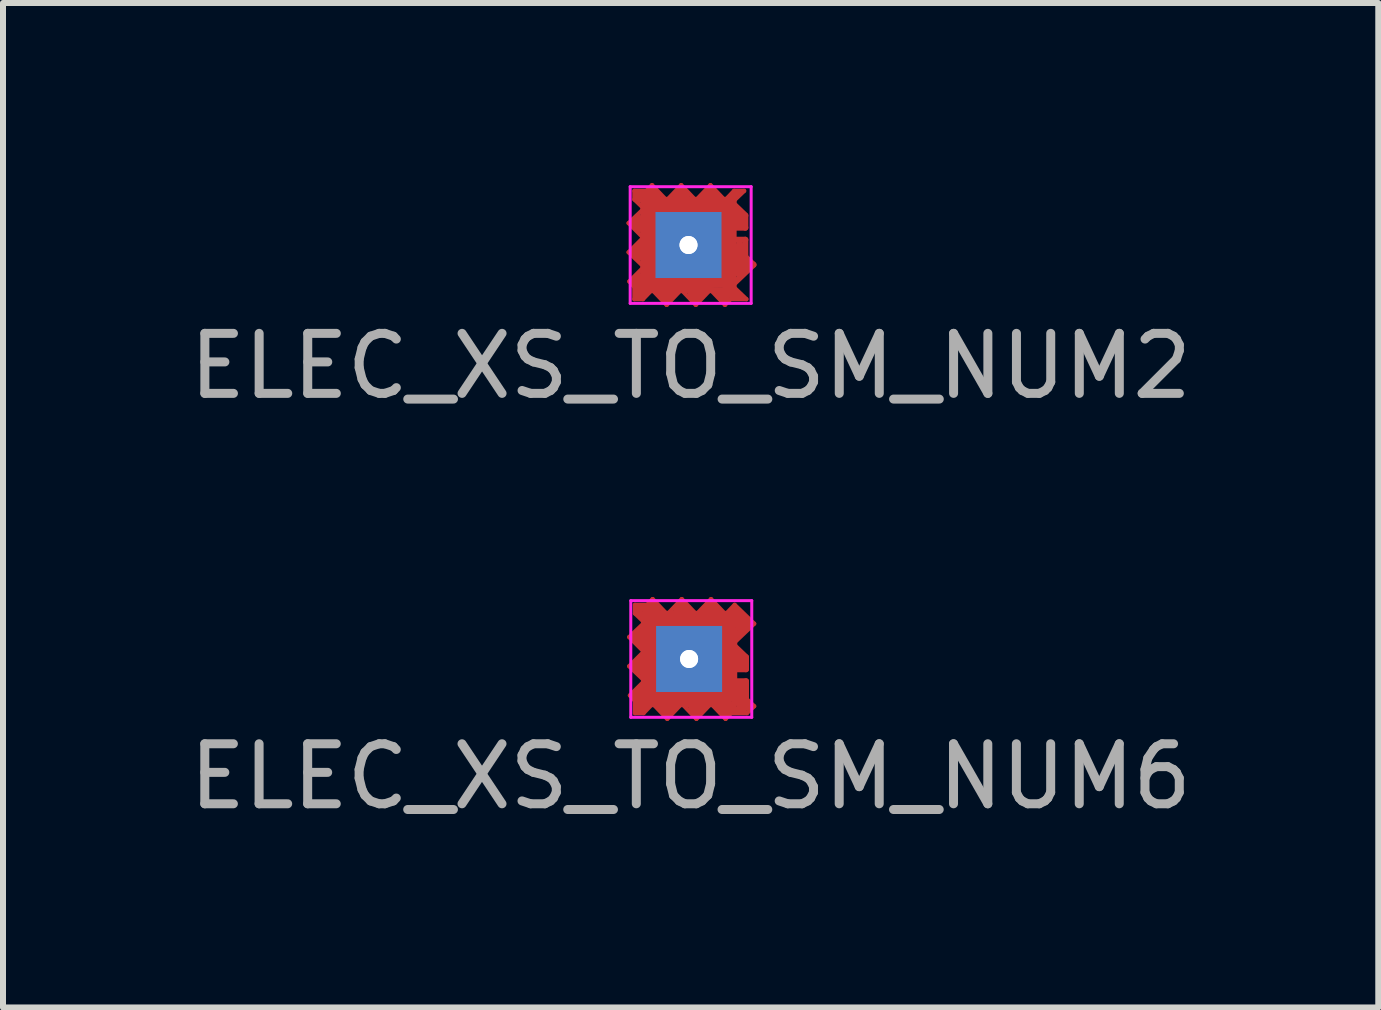
<source format=kicad_pcb>
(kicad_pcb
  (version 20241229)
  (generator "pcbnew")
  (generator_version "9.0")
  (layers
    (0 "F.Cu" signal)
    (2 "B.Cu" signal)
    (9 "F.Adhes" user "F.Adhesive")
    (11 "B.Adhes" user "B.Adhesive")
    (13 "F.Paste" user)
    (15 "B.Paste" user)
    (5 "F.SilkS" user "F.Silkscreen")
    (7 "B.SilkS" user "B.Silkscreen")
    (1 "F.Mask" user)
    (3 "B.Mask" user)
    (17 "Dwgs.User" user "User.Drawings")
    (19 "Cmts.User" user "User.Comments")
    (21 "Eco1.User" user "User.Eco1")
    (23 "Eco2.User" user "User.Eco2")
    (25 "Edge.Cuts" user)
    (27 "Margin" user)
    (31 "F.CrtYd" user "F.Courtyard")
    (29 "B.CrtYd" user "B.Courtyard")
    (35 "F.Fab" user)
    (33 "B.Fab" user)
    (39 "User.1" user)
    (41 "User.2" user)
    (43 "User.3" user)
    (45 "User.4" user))
  (footprint "ELEC_XS_TO_SM_NUM2"
    (layer "F.Cu")
    (at 8.423 1.033)
    (property "Reference" "ELEC_XS_TO_SM_NUM2" (at 0.036 2.017 0) (layer "F.Fab") (effects (font (size 1 1) (thickness 0.15))))
    (attr through_hole)
    (fp_line (start -0.998 -0.365) (end -0.755 -0.122) (stroke (width 0.071) (type solid)) (layer "F.Cu"))
    (fp_line (start -0.998 0.121) (end -0.743 0.364) (stroke (width 0.071) (type solid)) (layer "F.Cu"))
    (fp_line (start -0.902 -0.759) (end -0.743 -0.607) (stroke (width 0.071) (type solid)) (layer "F.Cu"))
    (fp_line (start -0.902 -0.902) (end -0.902 -0.759) (stroke (width 0.071) (type solid)) (layer "F.Cu"))
    (fp_line (start -0.902 -0.902) (end -0.699 -0.902) (stroke (width 0.071) (type solid)) (layer "F.Cu"))
    (fp_line (start -0.902 0.698) (end -0.986 0.607) (stroke (width 0.071) (type solid)) (layer "F.Cu"))
    (fp_line (start -0.902 0.902) (end -0.902 0.699) (stroke (width 0.071) (type solid)) (layer "F.Cu"))
    (fp_line (start -0.902 0.902) (end -0.759 0.902) (stroke (width 0.071) (type solid)) (layer "F.Cu"))
    (fp_line (start -0.856 -0.851) (end -0.742 -0.851) (stroke (width 0.12) (type solid)) (layer "F.Cu"))
    (fp_line (start -0.843 0.734) (end -0.843 0.831) (stroke (width 0.12) (type solid)) (layer "F.Cu"))
    (fp_line (start -0.843 0.831) (end -0.754 0.831) (stroke (width 0.12) (type solid)) (layer "F.Cu"))
    (fp_line (start -0.841 -0.262) (end -0.912 -0.376) (stroke (width 0.12) (type solid)) (layer "F.Cu"))
    (fp_line (start -0.838 -0.455) (end -0.841 -0.262) (stroke (width 0.12) (type solid)) (layer "F.Cu"))
    (fp_line (start -0.838 0.211) (end -0.909 0.107) (stroke (width 0.12) (type solid)) (layer "F.Cu"))
    (fp_line (start -0.838 0.511) (end -0.836 0.699) (stroke (width 0.12) (type solid)) (layer "F.Cu"))
    (fp_line (start -0.836 0.699) (end -0.907 0.597) (stroke (width 0.12) (type solid)) (layer "F.Cu"))
    (fp_line (start -0.833 0.008) (end -0.838 0.211) (stroke (width 0.12) (type solid)) (layer "F.Cu"))
    (fp_line (start -0.831 -0.843) (end -0.836 -0.757) (stroke (width 0.12) (type solid)) (layer "F.Cu"))
    (fp_line (start -0.755 -0.122) (end -0.998 0.121) (stroke (width 0.071) (type solid)) (layer "F.Cu"))
    (fp_line (start -0.752 0.752) (end -0.752 -0.752) (stroke (width 0.1) (type solid)) (layer "F.Cu"))
    (fp_line (start -0.743 -0.607) (end -0.998 -0.365) (stroke (width 0.071) (type solid)) (layer "F.Cu"))
    (fp_line (start -0.743 0.364) (end -0.986 0.607) (stroke (width 0.071) (type solid)) (layer "F.Cu"))
    (fp_line (start -0.706 -0.846) (end -0.599 -0.917) (stroke (width 0.12) (type solid)) (layer "F.Cu"))
    (fp_line (start -0.686 -0.635) (end 0.66 -0.635) (stroke (width 0.2) (type solid)) (layer "F.Cu"))
    (fp_line (start -0.635 0.66) (end -0.635 -0.61) (stroke (width 0.2) (type solid)) (layer "F.Cu"))
    (fp_line (start -0.608 -0.998) (end -0.699 -0.902) (stroke (width 0.071) (type solid)) (layer "F.Cu"))
    (fp_line (start -0.607 0.743) (end -0.759 0.902) (stroke (width 0.071) (type solid)) (layer "F.Cu"))
    (fp_line (start -0.511 -0.846) (end -0.706 -0.846) (stroke (width 0.12) (type solid)) (layer "F.Cu"))
    (fp_line (start -0.465 0.836) (end -0.262 0.836) (stroke (width 0.12) (type solid)) (layer "F.Cu"))
    (fp_line (start -0.365 -0.743) (end -0.608 -0.998) (stroke (width 0.071) (type solid)) (layer "F.Cu"))
    (fp_line (start -0.364 0.998) (end -0.607 0.743) (stroke (width 0.071) (type solid)) (layer "F.Cu"))
    (fp_line (start -0.262 0.836) (end -0.376 0.904) (stroke (width 0.12) (type solid)) (layer "F.Cu"))
    (fp_line (start -0.216 -0.846) (end -0.114 -0.907) (stroke (width 0.12) (type solid)) (layer "F.Cu"))
    (fp_line (start -0.122 -0.998) (end -0.365 -0.743) (stroke (width 0.071) (type solid)) (layer "F.Cu"))
    (fp_line (start -0.121 0.743) (end -0.364 0.998) (stroke (width 0.071) (type solid)) (layer "F.Cu"))
    (fp_line (start -0.023 -0.846) (end -0.216 -0.846) (stroke (width 0.12) (type solid)) (layer "F.Cu"))
    (fp_line (start 0.033 0.841) (end 0.221 0.841) (stroke (width 0.12) (type solid)) (layer "F.Cu"))
    (fp_line (start 0.121 -0.743) (end -0.122 -0.998) (stroke (width 0.071) (type solid)) (layer "F.Cu"))
    (fp_line (start 0.122 0.998) (end -0.121 0.743) (stroke (width 0.071) (type solid)) (layer "F.Cu"))
    (fp_line (start 0.221 0.841) (end 0.112 0.917) (stroke (width 0.12) (type solid)) (layer "F.Cu"))
    (fp_line (start 0.259 -0.833) (end 0.376 -0.899) (stroke (width 0.12) (type solid)) (layer "F.Cu"))
    (fp_line (start 0.365 -0.998) (end 0.121 -0.743) (stroke (width 0.071) (type solid)) (layer "F.Cu"))
    (fp_line (start 0.365 0.743) (end 0.122 0.998) (stroke (width 0.071) (type solid)) (layer "F.Cu"))
    (fp_line (start 0.47 -0.831) (end 0.259 -0.833) (stroke (width 0.12) (type solid)) (layer "F.Cu"))
    (fp_line (start 0.511 0.843) (end 0.704 0.843) (stroke (width 0.12) (type solid)) (layer "F.Cu"))
    (fp_line (start 0.607 -0.743) (end 0.365 -0.998) (stroke (width 0.071) (type solid)) (layer "F.Cu"))
    (fp_line (start 0.608 0.998) (end 0.365 0.743) (stroke (width 0.071) (type solid)) (layer "F.Cu"))
    (fp_line (start 0.608 0.998) (end 0.699 0.902) (stroke (width 0.071) (type solid)) (layer "F.Cu"))
    (fp_line (start 0.635 -0.66) (end 0.635 0.635) (stroke (width 0.2) (type solid)) (layer "F.Cu"))
    (fp_line (start 0.66 0.61) (end -0.66 0.635) (stroke (width 0.2) (type solid)) (layer "F.Cu"))
    (fp_line (start 0.661 -0.289) (end 0.947 -0.289) (stroke (width 0.1) (type solid)) (layer "F.Cu"))
    (fp_line (start 0.661 -0.088) (end 0.947 -0.088) (stroke (width 0.1) (type solid)) (layer "F.Cu"))
    (fp_line (start 0.704 0.843) (end 0.597 0.907) (stroke (width 0.12) (type solid)) (layer "F.Cu"))
    (fp_line (start 0.723 0.672) (end 0.964 0.902) (stroke (width 0.071) (type solid)) (layer "F.Cu"))
    (fp_line (start 0.752 -0.752) (end -0.752 -0.752) (stroke (width 0.1) (type solid)) (layer "F.Cu"))
    (fp_line (start 0.752 -0.752) (end 0.752 0.752) (stroke (width 0.1) (type solid)) (layer "F.Cu"))
    (fp_line (start 0.752 0.752) (end -0.752 0.752) (stroke (width 0.1) (type solid)) (layer "F.Cu"))
    (fp_line (start 0.759 -0.902) (end 0.607 -0.743) (stroke (width 0.071) (type solid)) (layer "F.Cu"))
    (fp_line (start 0.79 -0.859) (end 0.732 -0.795) (stroke (width 0.12) (type solid)) (layer "F.Cu"))
    (fp_line (start 0.82 0.856) (end 0.754 0.803) (stroke (width 0.12) (type solid)) (layer "F.Cu"))
    (fp_line (start 0.823 -0.361) (end 0.884 -0.361) (stroke (width 0.12) (type solid)) (layer "F.Cu"))
    (fp_line (start 0.826 -0.536) (end 0.823 -0.361) (stroke (width 0.12) (type solid)) (layer "F.Cu"))
    (fp_line (start 0.846 0.483) (end 0.97 0.32) (stroke (width 0.12) (type solid)) (layer "F.Cu"))
    (fp_line (start 0.851 -0.01) (end 0.846 0.483) (stroke (width 0.12) (type solid)) (layer "F.Cu"))
    (fp_line (start 0.884 -0.361) (end 0.881 -0.478) (stroke (width 0.12) (type solid)) (layer "F.Cu"))
    (fp_line (start 0.927 -0.902) (end 0.724 -0.708) (stroke (width 0.071) (type solid)) (layer "F.Cu"))
    (fp_line (start 0.927 -0.902) (end 0.759 -0.902) (stroke (width 0.071) (type solid)) (layer "F.Cu"))
    (fp_line (start 0.947 -0.289) (end 0.947 -0.49) (stroke (width 0.1) (type solid)) (layer "F.Cu"))
    (fp_line (start 0.947 0.198) (end 0.947 -0.088) (stroke (width 0.1) (type solid)) (layer "F.Cu"))
    (fp_line (start 0.948 -0.493) (end 0.724 -0.708) (stroke (width 0.1) (type solid)) (layer "F.Cu"))
    (fp_line (start 0.964 0.902) (end 0.699 0.902) (stroke (width 0.071) (type solid)) (layer "F.Cu"))
    (fp_line (start 0.97 0.32) (end 0.899 0.246) (stroke (width 0.12) (type solid)) (layer "F.Cu"))
    (fp_line (start 1.083 0.328) (end 0.723 0.672) (stroke (width 0.1) (type solid)) (layer "F.Cu"))
    (fp_line (start 1.083 0.328) (end 0.947 0.198) (stroke (width 0.1) (type solid)) (layer "F.Cu"))
    (fp_line (start -0.972 -0.972) (end -0.972 0.972) (stroke (width 0.05) (type solid)) (layer "F.CrtYd"))
    (fp_line (start -0.972 -0.972) (end 1.044 -0.972) (stroke (width 0.05) (type solid)) (layer "F.CrtYd"))
    (fp_line (start -0.972 0.972) (end 1.044 0.972) (stroke (width 0.05) (type solid)) (layer "F.CrtYd"))
    (fp_line (start 1.044 -0.972) (end 1.044 0.972) (stroke (width 0.05) (type solid)) (layer "F.CrtYd"))
    (pad "1" thru_hole circle (at 0 0) (size 0.605 0.605) (drill 0.3) (layers "*.Cu" "*.Mask"))
    (pad "1" thru_hole rect (at 0 0) (size 1.1 1.1) (drill 0.3) (layers "F.Cu" "F.Mask")))
  (footprint "ELEC_XS_TO_SM_NUM6"
    (layer "F.Cu")
    (at 8.433 7.931)
    (property "Reference" "ELEC_XS_TO_SM_NUM6" (at 0.025 1.958 0) (layer "F.Fab") (effects (font (size 1 1) (thickness 0.15))))
    (attr through_hole)
    (fp_line (start -0.998 -0.365) (end -0.755 -0.122) (stroke (width 0.071) (type solid)) (layer "F.Cu"))
    (fp_line (start -0.998 0.121) (end -0.743 0.364) (stroke (width 0.071) (type solid)) (layer "F.Cu"))
    (fp_line (start -0.902 -0.759) (end -0.743 -0.607) (stroke (width 0.071) (type solid)) (layer "F.Cu"))
    (fp_line (start -0.902 -0.902) (end -0.902 -0.759) (stroke (width 0.071) (type solid)) (layer "F.Cu"))
    (fp_line (start -0.902 -0.902) (end -0.699 -0.902) (stroke (width 0.071) (type solid)) (layer "F.Cu"))
    (fp_line (start -0.902 0.698) (end -0.986 0.607) (stroke (width 0.071) (type solid)) (layer "F.Cu"))
    (fp_line (start -0.902 0.902) (end -0.902 0.699) (stroke (width 0.071) (type solid)) (layer "F.Cu"))
    (fp_line (start -0.902 0.902) (end -0.759 0.902) (stroke (width 0.071) (type solid)) (layer "F.Cu"))
    (fp_line (start -0.856 -0.851) (end -0.742 -0.851) (stroke (width 0.12) (type solid)) (layer "F.Cu"))
    (fp_line (start -0.843 0.734) (end -0.843 0.831) (stroke (width 0.12) (type solid)) (layer "F.Cu"))
    (fp_line (start -0.843 0.831) (end -0.754 0.831) (stroke (width 0.12) (type solid)) (layer "F.Cu"))
    (fp_line (start -0.841 -0.262) (end -0.912 -0.376) (stroke (width 0.12) (type solid)) (layer "F.Cu"))
    (fp_line (start -0.838 -0.455) (end -0.841 -0.262) (stroke (width 0.12) (type solid)) (layer "F.Cu"))
    (fp_line (start -0.838 0.211) (end -0.909 0.107) (stroke (width 0.12) (type solid)) (layer "F.Cu"))
    (fp_line (start -0.838 0.511) (end -0.836 0.699) (stroke (width 0.12) (type solid)) (layer "F.Cu"))
    (fp_line (start -0.836 0.699) (end -0.907 0.597) (stroke (width 0.12) (type solid)) (layer "F.Cu"))
    (fp_line (start -0.833 0.008) (end -0.838 0.211) (stroke (width 0.12) (type solid)) (layer "F.Cu"))
    (fp_line (start -0.831 -0.843) (end -0.836 -0.757) (stroke (width 0.12) (type solid)) (layer "F.Cu"))
    (fp_line (start -0.755 -0.122) (end -0.998 0.121) (stroke (width 0.071) (type solid)) (layer "F.Cu"))
    (fp_line (start -0.752 -0.752) (end -0.752 0.752) (stroke (width 0.1) (type solid)) (layer "F.Cu"))
    (fp_line (start -0.752 -0.752) (end 0.752 -0.752) (stroke (width 0.1) (type solid)) (layer "F.Cu"))
    (fp_line (start -0.743 -0.607) (end -0.998 -0.365) (stroke (width 0.071) (type solid)) (layer "F.Cu"))
    (fp_line (start -0.743 0.364) (end -0.986 0.607) (stroke (width 0.071) (type solid)) (layer "F.Cu"))
    (fp_line (start -0.706 -0.846) (end -0.599 -0.917) (stroke (width 0.12) (type solid)) (layer "F.Cu"))
    (fp_line (start -0.66 -0.635) (end 0.635 -0.635) (stroke (width 0.2) (type solid)) (layer "F.Cu"))
    (fp_line (start -0.635 0.635) (end -0.635 -0.635) (stroke (width 0.2) (type solid)) (layer "F.Cu"))
    (fp_line (start -0.608 -0.998) (end -0.699 -0.902) (stroke (width 0.071) (type solid)) (layer "F.Cu"))
    (fp_line (start -0.607 0.743) (end -0.759 0.902) (stroke (width 0.071) (type solid)) (layer "F.Cu"))
    (fp_line (start -0.511 -0.846) (end -0.706 -0.846) (stroke (width 0.12) (type solid)) (layer "F.Cu"))
    (fp_line (start -0.465 0.836) (end -0.262 0.836) (stroke (width 0.12) (type solid)) (layer "F.Cu"))
    (fp_line (start -0.365 -0.743) (end -0.608 -0.998) (stroke (width 0.071) (type solid)) (layer "F.Cu"))
    (fp_line (start -0.364 0.998) (end -0.607 0.743) (stroke (width 0.071) (type solid)) (layer "F.Cu"))
    (fp_line (start -0.262 0.836) (end -0.376 0.904) (stroke (width 0.12) (type solid)) (layer "F.Cu"))
    (fp_line (start -0.216 -0.846) (end -0.114 -0.907) (stroke (width 0.12) (type solid)) (layer "F.Cu"))
    (fp_line (start -0.122 -0.998) (end -0.365 -0.743) (stroke (width 0.071) (type solid)) (layer "F.Cu"))
    (fp_line (start -0.121 0.743) (end -0.364 0.998) (stroke (width 0.071) (type solid)) (layer "F.Cu"))
    (fp_line (start -0.023 -0.846) (end -0.216 -0.846) (stroke (width 0.12) (type solid)) (layer "F.Cu"))
    (fp_line (start 0.033 0.841) (end 0.221 0.841) (stroke (width 0.12) (type solid)) (layer "F.Cu"))
    (fp_line (start 0.121 -0.743) (end -0.122 -0.998) (stroke (width 0.071) (type solid)) (layer "F.Cu"))
    (fp_line (start 0.122 0.998) (end -0.121 0.743) (stroke (width 0.071) (type solid)) (layer "F.Cu"))
    (fp_line (start 0.221 0.841) (end 0.112 0.917) (stroke (width 0.12) (type solid)) (layer "F.Cu"))
    (fp_line (start 0.259 -0.833) (end 0.376 -0.899) (stroke (width 0.12) (type solid)) (layer "F.Cu"))
    (fp_line (start 0.365 -0.998) (end 0.121 -0.743) (stroke (width 0.071) (type solid)) (layer "F.Cu"))
    (fp_line (start 0.365 0.743) (end 0.122 0.998) (stroke (width 0.071) (type solid)) (layer "F.Cu"))
    (fp_line (start 0.47 -0.831) (end 0.259 -0.833) (stroke (width 0.12) (type solid)) (layer "F.Cu"))
    (fp_line (start 0.516 0.836) (end 0.749 0.833) (stroke (width 0.12) (type solid)) (layer "F.Cu"))
    (fp_line (start 0.607 -0.743) (end 0.365 -0.998) (stroke (width 0.071) (type solid)) (layer "F.Cu"))
    (fp_line (start 0.608 0.998) (end 0.365 0.743) (stroke (width 0.071) (type solid)) (layer "F.Cu"))
    (fp_line (start 0.608 0.998) (end 0.699 0.902) (stroke (width 0.071) (type solid)) (layer "F.Cu"))
    (fp_line (start 0.635 -0.66) (end 0.635 0.635) (stroke (width 0.2) (type solid)) (layer "F.Cu"))
    (fp_line (start 0.635 0.635) (end -0.66 0.635) (stroke (width 0.2) (type solid)) (layer "F.Cu"))
    (fp_line (start 0.662 0.171) (end 0.948 0.171) (stroke (width 0.1) (type solid)) (layer "F.Cu"))
    (fp_line (start 0.662 0.371) (end 0.948 0.371) (stroke (width 0.1) (type solid)) (layer "F.Cu"))
    (fp_line (start 0.749 -0.826) (end 0.988 -0.579) (stroke (width 0.12) (type solid)) (layer "F.Cu"))
    (fp_line (start 0.749 0.833) (end 0.605 0.899) (stroke (width 0.12) (type solid)) (layer "F.Cu"))
    (fp_line (start 0.752 -0.752) (end 0.752 0.752) (stroke (width 0.1) (type solid)) (layer "F.Cu"))
    (fp_line (start 0.752 0.752) (end -0.752 0.752) (stroke (width 0.1) (type solid)) (layer "F.Cu"))
    (fp_line (start 0.759 -0.902) (end 0.607 -0.743) (stroke (width 0.071) (type solid)) (layer "F.Cu"))
    (fp_line (start 0.759 -0.902) (end 1.084 -0.588) (stroke (width 0.071) (type solid)) (layer "F.Cu"))
    (fp_line (start 0.823 -0.102) (end 0.823 0.104) (stroke (width 0.12) (type solid)) (layer "F.Cu"))
    (fp_line (start 0.823 0.104) (end 0.897 0.107) (stroke (width 0.12) (type solid)) (layer "F.Cu"))
    (fp_line (start 0.826 -0.653) (end 0.884 -0.574) (stroke (width 0.12) (type solid)) (layer "F.Cu"))
    (fp_line (start 0.833 -0.411) (end 0.826 -0.653) (stroke (width 0.12) (type solid)) (layer "F.Cu"))
    (fp_line (start 0.851 0.434) (end 0.851 0.653) (stroke (width 0.12) (type solid)) (layer "F.Cu"))
    (fp_line (start 0.851 0.653) (end 0.851 0.838) (stroke (width 0.12) (type solid)) (layer "F.Cu"))
    (fp_line (start 0.851 0.838) (end 0.988 0.792) (stroke (width 0.12) (type solid)) (layer "F.Cu"))
    (fp_line (start 0.897 0.107) (end 0.894 -0.025) (stroke (width 0.12) (type solid)) (layer "F.Cu"))
    (fp_line (start 0.948 -0.03) (end 0.724 -0.245) (stroke (width 0.1) (type solid)) (layer "F.Cu"))
    (fp_line (start 0.948 0.171) (end 0.948 -0.03) (stroke (width 0.1) (type solid)) (layer "F.Cu"))
    (fp_line (start 0.948 0.657) (end 0.948 0.371) (stroke (width 0.1) (type solid)) (layer "F.Cu"))
    (fp_line (start 0.964 0.902) (end 0.699 0.902) (stroke (width 0.071) (type solid)) (layer "F.Cu"))
    (fp_line (start 0.988 -0.579) (end 0.833 -0.411) (stroke (width 0.12) (type solid)) (layer "F.Cu"))
    (fp_line (start 0.988 0.792) (end 0.892 0.693) (stroke (width 0.12) (type solid)) (layer "F.Cu"))
    (fp_line (start 1.084 -0.588) (end 0.724 -0.245) (stroke (width 0.071) (type solid)) (layer "F.Cu"))
    (fp_line (start 1.084 0.787) (end 0.948 0.657) (stroke (width 0.071) (type solid)) (layer "F.Cu"))
    (fp_line (start 1.084 0.787) (end 0.964 0.902) (stroke (width 0.071) (type solid)) (layer "F.Cu"))
    (fp_line (start -0.972 -0.972) (end -0.972 0.972) (stroke (width 0.05) (type solid)) (layer "F.CrtYd"))
    (fp_line (start -0.972 -0.972) (end 1.044 -0.972) (stroke (width 0.05) (type solid)) (layer "F.CrtYd"))
    (fp_line (start -0.972 0.972) (end 1.044 0.972) (stroke (width 0.05) (type solid)) (layer "F.CrtYd"))
    (fp_line (start 1.044 -0.972) (end 1.044 0.972) (stroke (width 0.05) (type solid)) (layer "F.CrtYd"))
    (pad "1" thru_hole circle (at 0 0) (size 0.605 0.605) (drill 0.3) (layers "*.Cu" "*.Mask"))
    (pad "1" thru_hole rect (at 0 0) (size 1.1 1.1) (drill 0.3) (layers "F.Cu" "F.Mask")))
  (gr_rect
    (start -3 -3)
    (end 19.917 13.738)
    (stroke (width 0.1) (type default))
    (fill no)
    (layer "Edge.Cuts")))
</source>
